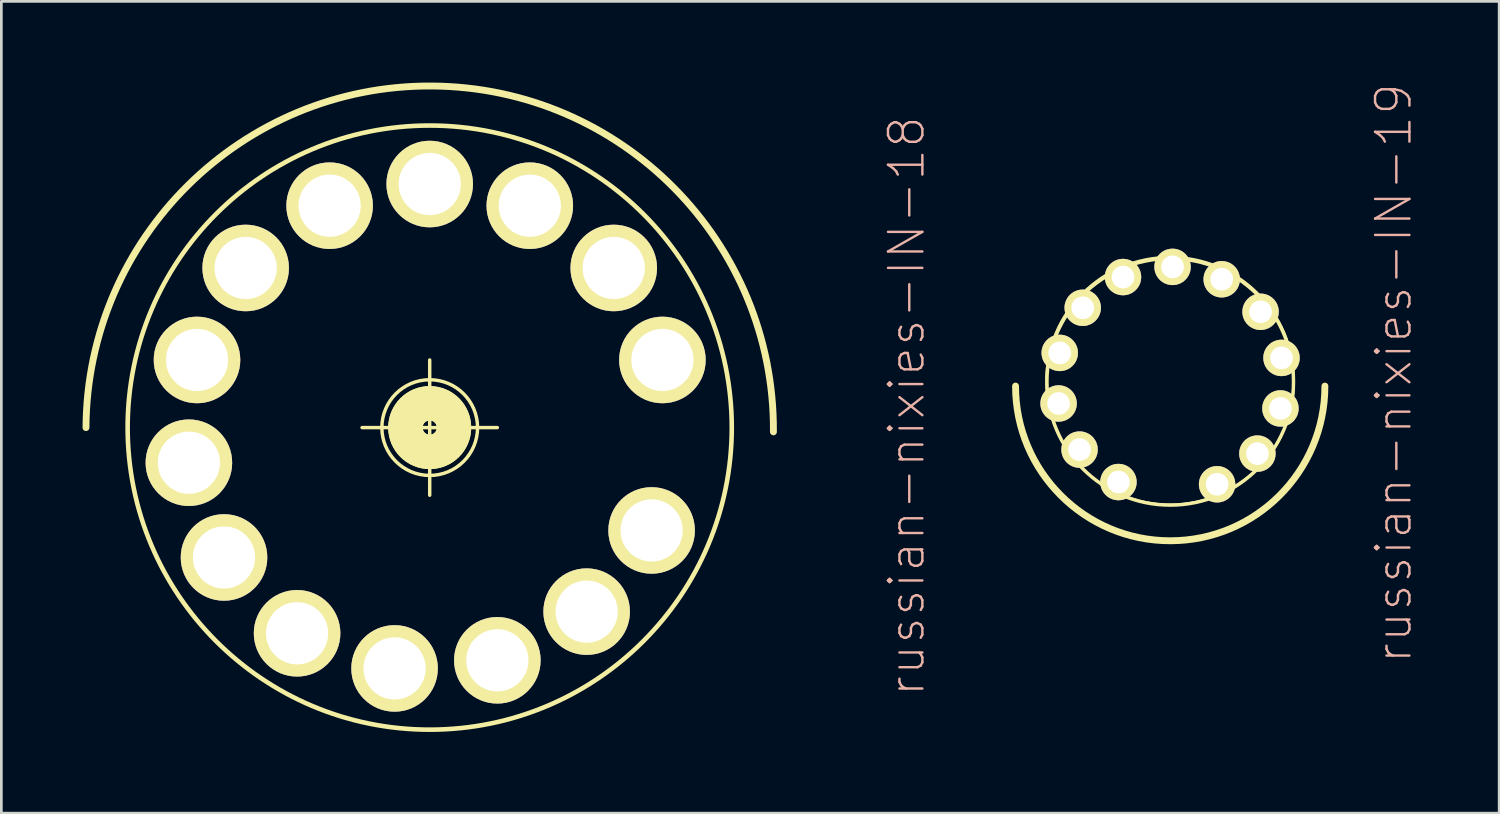
<source format=kicad_pcb>
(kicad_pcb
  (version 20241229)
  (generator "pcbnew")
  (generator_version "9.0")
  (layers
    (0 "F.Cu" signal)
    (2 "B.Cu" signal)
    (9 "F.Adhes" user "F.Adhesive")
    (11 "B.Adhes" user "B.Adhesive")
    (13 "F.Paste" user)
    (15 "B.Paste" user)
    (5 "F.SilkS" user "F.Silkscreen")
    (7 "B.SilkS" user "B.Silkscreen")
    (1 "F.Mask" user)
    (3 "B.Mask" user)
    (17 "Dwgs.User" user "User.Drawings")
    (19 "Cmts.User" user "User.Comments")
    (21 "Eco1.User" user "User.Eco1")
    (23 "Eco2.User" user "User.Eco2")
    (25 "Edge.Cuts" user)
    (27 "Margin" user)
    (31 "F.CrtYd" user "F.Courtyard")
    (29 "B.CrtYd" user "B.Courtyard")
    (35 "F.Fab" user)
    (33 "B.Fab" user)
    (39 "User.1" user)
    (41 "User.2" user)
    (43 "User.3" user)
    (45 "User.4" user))
  (footprint "russian-nixies-IN-19"
    (layer "F.Cu")
    (at 40.188 11.058)
    (property "Reference" "russian-nixies-IN-19" (at 8.255 -0.318 90) (layer "B.SilkS") (effects (font (size 1.27 1.27) (thickness 0.089))))
    (attr exclude_from_pos_files exclude_from_bom)
    (fp_arc (start 5.715 0.15748) (mid 0 5.87248) (end -5.715 0.15748) (stroke (width 0.15748) (type solid)) (layer "F.SilkS"))
    (fp_arc (start 5.715 0.15748) (mid 0 5.87248) (end -5.715 0.15748) (stroke (width 0.254) (type solid)) (layer "F.SilkS"))
    (fp_circle (center -0.005 -0.041) (end -3.241 -3.277) (stroke (width 0.079) (type solid)) (fill no) (layer "F.SilkS"))
    (fp_circle (center 0 0) (end -3.221 3.221) (stroke (width 0.127) (type solid)) (fill no) (layer "F.SilkS"))
    (pad "2" thru_hole circle (at 1.732 3.785) (size 1.346 1.346) (drill 0.838) (layers "*.Cu" "F.Mask" "F.SilkS" "F.Paste"))
    (pad "3" thru_hole circle (at 3.221 2.652) (size 1.346 1.346) (drill 0.838) (layers "*.Cu" "F.Mask" "F.SilkS" "F.Paste"))
    (pad "4" thru_hole circle (at 4.072 0.983) (size 1.346 1.346) (drill 0.838) (layers "*.Cu" "F.Mask" "F.SilkS" "F.Paste"))
    (pad "5" thru_hole circle (at 4.112 -0.884) (size 1.346 1.346) (drill 0.838) (layers "*.Cu" "F.Mask" "F.SilkS" "F.Paste"))
    (pad "6" thru_hole circle (at 3.338 -2.588) (size 1.346 1.346) (drill 0.838) (layers "*.Cu" "F.Mask" "F.SilkS" "F.Paste"))
    (pad "7" thru_hole circle (at 1.902 -3.79) (size 1.346 1.346) (drill 0.838) (layers "*.Cu" "F.Mask" "F.SilkS" "F.Paste"))
    (pad "8" thru_hole circle (at 0.086 -4.247) (size 1.346 1.346) (drill 0.838) (layers "*.Cu" "F.Mask" "F.SilkS" "F.Paste"))
    (pad "9" thru_hole circle (at -1.745 -3.871) (size 1.346 1.346) (drill 0.838) (layers "*.Cu" "F.Mask" "F.SilkS" "F.Paste"))
    (pad "10" thru_hole circle (at -3.233 -2.736) (size 1.346 1.346) (drill 0.838) (layers "*.Cu" "F.Mask" "F.SilkS" "F.Paste"))
    (pad "11" thru_hole circle (at -4.082 -1.069) (size 1.346 1.346) (drill 0.838) (layers "*.Cu" "F.Mask" "F.SilkS" "F.Paste"))
    (pad "12" thru_hole circle (at -4.125 0.8) (size 1.346 1.346) (drill 0.838) (layers "*.Cu" "F.Mask" "F.SilkS" "F.Paste"))
    (pad "13" thru_hole circle (at -3.35 2.504) (size 1.346 1.346) (drill 0.838) (layers "*.Cu" "F.Mask" "F.SilkS" "F.Paste"))
    (pad "14" thru_hole circle (at -1.913 3.703) (size 1.346 1.346) (drill 0.838) (layers "*.Cu" "F.Mask" "F.SilkS" "F.Paste")))
  (footprint "russian-nixies-IN-18"
    (layer "F.Cu")
    (at 12.827 12.749)
    (property "Reference" "russian-nixies-IN-18" (at 17.62 -0.792 90) (layer "B.SilkS") (effects (font (size 1.27 1.27) (thickness 0.089))))
    (attr exclude_from_pos_files exclude_from_bom)
    (fp_line (start -2.499 0) (end 2.499 0) (stroke (width 0.127) (type solid)) (layer "F.SilkS"))
    (fp_line (start 0 2.499) (end 0 -2.499) (stroke (width 0.127) (type solid)) (layer "F.SilkS"))
    (fp_arc (start -12.7 0) (mid 0.07874 -12.62126) (end 12.7 0.15748) (stroke (width 0.254) (type solid)) (layer "F.SilkS"))
    (fp_circle (center 0 0) (end -7.907 7.907) (stroke (width 0.127) (type solid)) (fill no) (layer "F.SilkS"))
    (fp_circle (center 0 0) (end -7.877 7.877) (stroke (width 0.127) (type solid)) (fill no) (layer "F.SilkS"))
    (fp_circle (center 0 0) (end -1.27 1.27) (stroke (width 0.013) (type solid)) (fill no) (layer "F.SilkS"))
    (fp_circle (center 0 0) (end -1.27 1.27) (stroke (width 0.013) (type solid)) (fill no) (layer "F.SilkS"))
    (fp_circle (center 0 0) (end -1.25 1.25) (stroke (width 0.127) (type solid)) (fill no) (layer "F.SilkS"))
    (fp_circle (center 0 0) (end -0.635 0.635) (stroke (width 1.27) (type solid)) (fill no) (layer "F.SilkS"))
    (fp_circle (center 0 0) (end -0.635 0.635) (stroke (width 1.27) (type solid)) (fill no) (layer "F.SilkS"))
    (pad "0" thru_hole circle (at 5.799 6.8) (size 3.198 3.198) (drill 2.299) (layers "*.Cu" "F.Mask" "F.SilkS" "F.Paste"))
    (pad "1" thru_hole circle (at -1.298 8.898) (size 3.198 3.198) (drill 2.299) (layers "*.Cu" "F.Mask" "F.SilkS" "F.Paste"))
    (pad "2" thru_hole circle (at -4.9 7.6) (size 3.198 3.198) (drill 2.299) (layers "*.Cu" "F.Mask" "F.SilkS" "F.Paste"))
    (pad "3" thru_hole circle (at -8.598 -2.499) (size 3.198 3.198) (drill 2.299) (layers "*.Cu" "F.Mask" "F.SilkS" "F.Paste"))
    (pad "4" thru_hole circle (at 6.8 -5.898) (size 3.198 3.198) (drill 2.299) (layers "*.Cu" "F.Mask" "F.SilkS" "F.Paste"))
    (pad "5" thru_hole circle (at 3.698 -8.199) (size 3.198 3.198) (drill 2.299) (layers "*.Cu" "F.Mask" "F.SilkS" "F.Paste"))
    (pad "6" thru_hole circle (at -3.698 -8.199) (size 3.198 3.198) (drill 2.299) (layers "*.Cu" "F.Mask" "F.SilkS" "F.Paste"))
    (pad "7" thru_hole circle (at -6.8 -5.898) (size 3.198 3.198) (drill 2.299) (layers "*.Cu" "F.Mask" "F.SilkS" "F.Paste"))
    (pad "8" thru_hole circle (at -7.6 4.798) (size 3.198 3.198) (drill 2.299) (layers "*.Cu" "F.Mask" "F.SilkS" "F.Paste"))
    (pad "9" thru_hole circle (at 8.199 3.8) (size 3.198 3.198) (drill 2.299) (layers "*.Cu" "F.Mask" "F.SilkS" "F.Paste"))
    (pad "A" thru_hole circle (at 0 -8.999) (size 3.198 3.198) (drill 2.299) (layers "*.Cu" "F.Mask" "F.SilkS" "F.Paste"))
    (pad "A2" thru_hole circle (at 2.499 8.598) (size 3.198 3.198) (drill 2.299) (layers "*.Cu" "F.Mask" "F.SilkS" "F.Paste"))
    (pad "N/C" thru_hole circle (at 8.598 -2.499) (size 3.198 3.198) (drill 2.299) (layers "*.Cu" "F.Mask" "F.SilkS" "F.Paste"))
    (pad "N/C2" thru_hole circle (at -8.898 1.298) (size 3.198 3.198) (drill 2.299) (layers "*.Cu" "F.Mask" "F.SilkS" "F.Paste")))
  (gr_rect
    (start -3 -3)
    (end 52.342 26.994)
    (stroke (width 0.1) (type default))
    (fill no)
    (layer "Edge.Cuts")))
</source>
